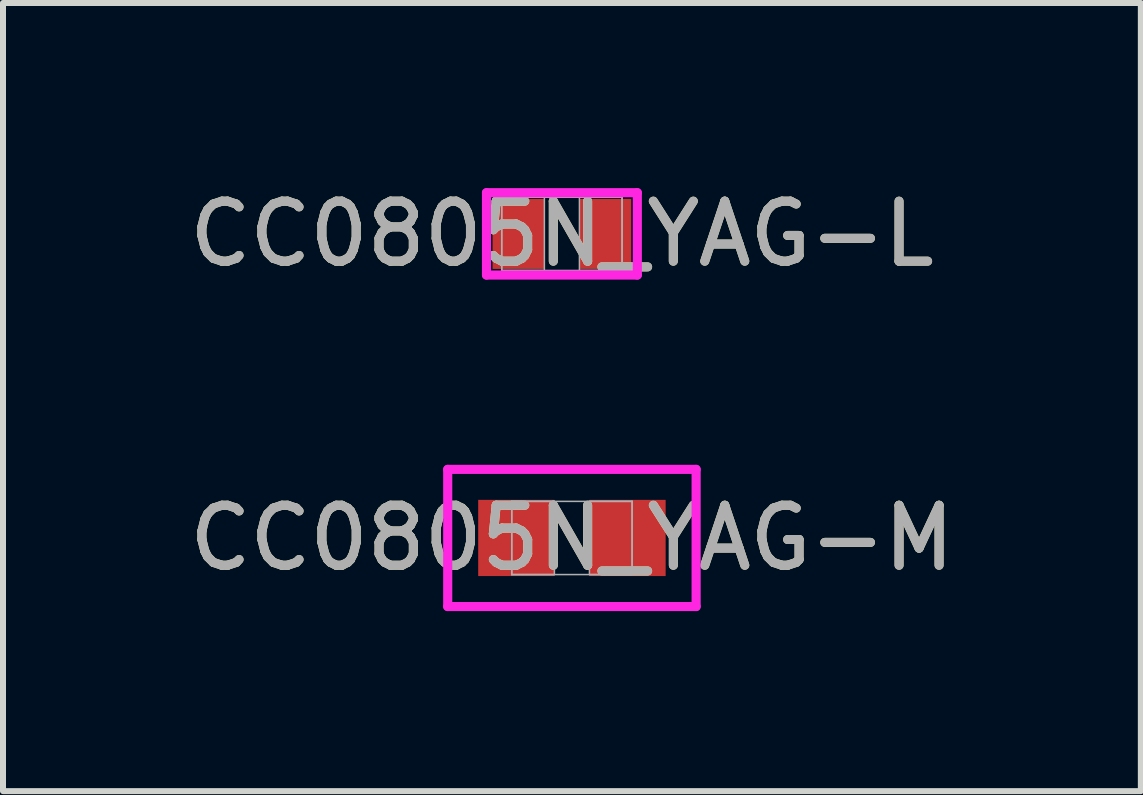
<source format=kicad_pcb>
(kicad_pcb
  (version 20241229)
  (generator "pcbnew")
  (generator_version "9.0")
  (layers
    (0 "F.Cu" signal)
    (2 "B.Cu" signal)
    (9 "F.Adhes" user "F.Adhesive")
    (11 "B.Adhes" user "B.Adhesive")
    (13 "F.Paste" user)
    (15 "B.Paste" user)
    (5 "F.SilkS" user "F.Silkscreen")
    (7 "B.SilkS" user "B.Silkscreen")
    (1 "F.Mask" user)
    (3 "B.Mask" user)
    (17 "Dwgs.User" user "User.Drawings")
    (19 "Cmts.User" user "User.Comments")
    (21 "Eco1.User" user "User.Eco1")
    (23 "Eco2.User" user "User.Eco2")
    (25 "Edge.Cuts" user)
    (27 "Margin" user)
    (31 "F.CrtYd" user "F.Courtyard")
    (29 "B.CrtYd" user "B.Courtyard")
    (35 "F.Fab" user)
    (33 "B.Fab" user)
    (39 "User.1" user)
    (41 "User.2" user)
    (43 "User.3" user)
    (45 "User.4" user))
  (footprint "CC0805N_YAG-L"
    (layer "F.Cu")
    (at 6.315 0.848)
    (property "Reference" "CC0805N_YAG-L" (at 0 0 0) (unlocked yes) (layer "F.SilkS") (effects (font (size 1 1) (thickness 0.15))))
    (attr smd)
    (fp_line (start -1.257 -0.686) (end 1.257 -0.686) (stroke (width 0.152) (type solid)) (layer "F.CrtYd"))
    (fp_line (start -1.257 0.686) (end -1.257 -0.686) (stroke (width 0.152) (type solid)) (layer "F.CrtYd"))
    (fp_line (start 1.257 -0.686) (end 1.257 0.686) (stroke (width 0.152) (type solid)) (layer "F.CrtYd"))
    (fp_line (start 1.257 0.686) (end -1.257 0.686) (stroke (width 0.152) (type solid)) (layer "F.CrtYd"))
    (fp_line (start -1.003 -0.61) (end -1.003 0.61) (stroke (width 0.025) (type solid)) (layer "F.Fab"))
    (fp_line (start -1.003 -0.61) (end -1.003 0.61) (stroke (width 0.025) (type solid)) (layer "F.Fab"))
    (fp_line (start -1.003 0.61) (end -0.292 0.61) (stroke (width 0.025) (type solid)) (layer "F.Fab"))
    (fp_line (start -1.003 0.61) (end 1.003 0.61) (stroke (width 0.025) (type solid)) (layer "F.Fab"))
    (fp_line (start -0.292 -0.61) (end -1.003 -0.61) (stroke (width 0.025) (type solid)) (layer "F.Fab"))
    (fp_line (start -0.292 0.61) (end -0.292 -0.61) (stroke (width 0.025) (type solid)) (layer "F.Fab"))
    (fp_line (start 0.292 -0.61) (end 0.292 0.61) (stroke (width 0.025) (type solid)) (layer "F.Fab"))
    (fp_line (start 0.292 0.61) (end 1.003 0.61) (stroke (width 0.025) (type solid)) (layer "F.Fab"))
    (fp_line (start 1.003 -0.61) (end -1.003 -0.61) (stroke (width 0.025) (type solid)) (layer "F.Fab"))
    (fp_line (start 1.003 -0.61) (end 0.292 -0.61) (stroke (width 0.025) (type solid)) (layer "F.Fab"))
    (fp_line (start 1.003 0.61) (end 1.003 -0.61) (stroke (width 0.025) (type solid)) (layer "F.Fab"))
    (fp_line (start 1.003 0.61) (end 1.003 -0.61) (stroke (width 0.025) (type solid)) (layer "F.Fab"))
    (fp_text user "${REFERENCE}" (at 0 0 0) (unlocked yes) (layer "F.Fab") (effects (font (size 1 1) (thickness 0.15))))
    (pad "1" smd rect (at -0.724 0) (size 0.864 1.168) (layers "F.Cu" "F.Mask" "F.Paste"))
    (pad "2" smd rect (at 0.724 0) (size 0.864 1.168) (layers "F.Cu" "F.Mask" "F.Paste"))
    (zone (net_name "") (layer "F.Cu") (hatch full 0.508) (connect_pads) (min_thickness 0.254) (filled_areas_thickness no) (keepout (tracks not_allowed) (vias not_allowed) (pads allowed) (copperpour not_allowed) (footprints allowed)) (placement (enabled no)) (fill) (polygon (pts (xy 6.074 0.289) (xy 6.557 0.289) (xy 6.557 1.407) (xy 6.074 1.407)))))
  (footprint "CC0805N_YAG-M"
    (layer "F.Cu")
    (at 6.482 5.916)
    (property "Reference" "CC0805N_YAG-M" (at 0 0 0) (unlocked yes) (layer "F.SilkS") (effects (font (size 1 1) (thickness 0.15))))
    (attr smd)
    (fp_line (start -2.07 -1.143) (end 2.07 -1.143) (stroke (width 0.152) (type solid)) (layer "F.CrtYd"))
    (fp_line (start -2.07 1.143) (end -2.07 -1.143) (stroke (width 0.152) (type solid)) (layer "F.CrtYd"))
    (fp_line (start 2.07 -1.143) (end 2.07 1.143) (stroke (width 0.152) (type solid)) (layer "F.CrtYd"))
    (fp_line (start 2.07 1.143) (end -2.07 1.143) (stroke (width 0.152) (type solid)) (layer "F.CrtYd"))
    (fp_line (start -1.003 -0.61) (end -1.003 0.61) (stroke (width 0.025) (type solid)) (layer "F.Fab"))
    (fp_line (start -1.003 -0.61) (end -1.003 0.61) (stroke (width 0.025) (type solid)) (layer "F.Fab"))
    (fp_line (start -1.003 0.61) (end -0.292 0.61) (stroke (width 0.025) (type solid)) (layer "F.Fab"))
    (fp_line (start -1.003 0.61) (end 1.003 0.61) (stroke (width 0.025) (type solid)) (layer "F.Fab"))
    (fp_line (start -0.292 -0.61) (end -1.003 -0.61) (stroke (width 0.025) (type solid)) (layer "F.Fab"))
    (fp_line (start -0.292 0.61) (end -0.292 -0.61) (stroke (width 0.025) (type solid)) (layer "F.Fab"))
    (fp_line (start 0.292 -0.61) (end 0.292 0.61) (stroke (width 0.025) (type solid)) (layer "F.Fab"))
    (fp_line (start 0.292 0.61) (end 1.003 0.61) (stroke (width 0.025) (type solid)) (layer "F.Fab"))
    (fp_line (start 1.003 -0.61) (end -1.003 -0.61) (stroke (width 0.025) (type solid)) (layer "F.Fab"))
    (fp_line (start 1.003 -0.61) (end 0.292 -0.61) (stroke (width 0.025) (type solid)) (layer "F.Fab"))
    (fp_line (start 1.003 0.61) (end 1.003 -0.61) (stroke (width 0.025) (type solid)) (layer "F.Fab"))
    (fp_line (start 1.003 0.61) (end 1.003 -0.61) (stroke (width 0.025) (type solid)) (layer "F.Fab"))
    (fp_text user "${REFERENCE}" (at 0 0 0) (unlocked yes) (layer "F.Fab") (effects (font (size 1 1) (thickness 0.15))))
    (pad "1" smd rect (at -0.927 0) (size 1.27 1.27) (layers "F.Cu" "F.Mask" "F.Paste"))
    (pad "2" smd rect (at 0.927 0) (size 1.27 1.27) (layers "F.Cu" "F.Mask" "F.Paste"))
    (zone (net_name "") (layer "F.Cu") (hatch full 0.508) (connect_pads) (min_thickness 0.254) (filled_areas_thickness no) (keepout (tracks not_allowed) (vias not_allowed) (pads allowed) (copperpour not_allowed) (footprints allowed)) (placement (enabled no)) (fill) (polygon (pts (xy 6.241 5.357) (xy 6.723 5.357) (xy 6.723 6.474) (xy 6.241 6.474)))))
  (gr_rect
    (start -3 -3)
    (end 15.964 10.135)
    (stroke (width 0.1) (type default))
    (fill no)
    (layer "Edge.Cuts")))
</source>
